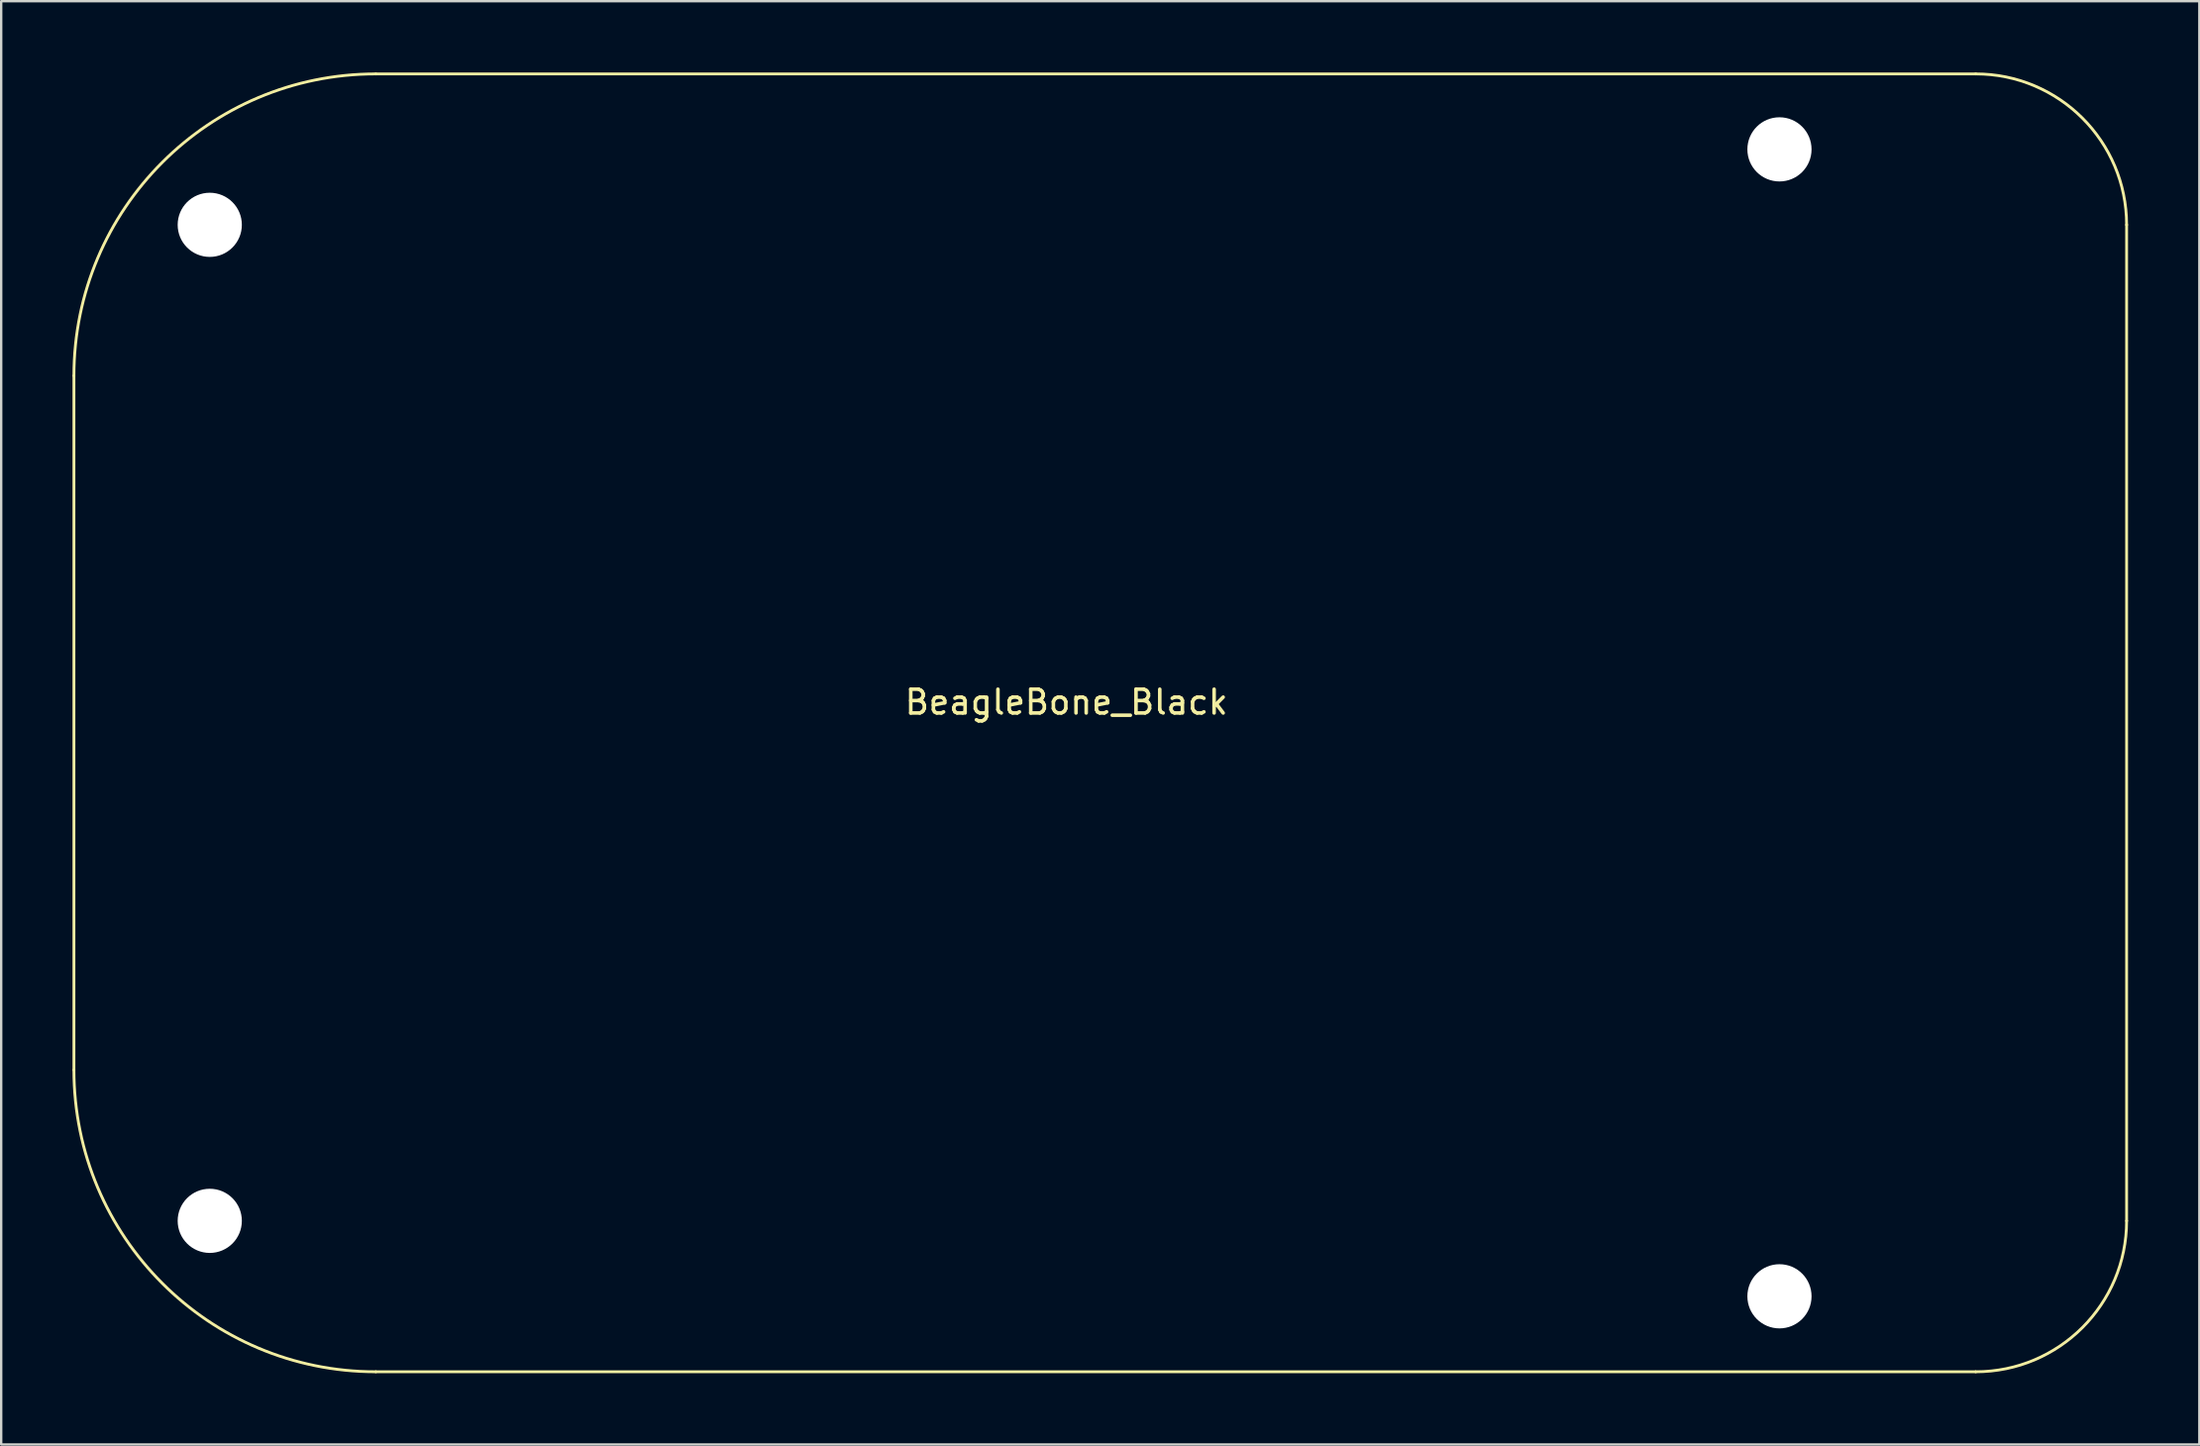
<source format=kicad_pcb>
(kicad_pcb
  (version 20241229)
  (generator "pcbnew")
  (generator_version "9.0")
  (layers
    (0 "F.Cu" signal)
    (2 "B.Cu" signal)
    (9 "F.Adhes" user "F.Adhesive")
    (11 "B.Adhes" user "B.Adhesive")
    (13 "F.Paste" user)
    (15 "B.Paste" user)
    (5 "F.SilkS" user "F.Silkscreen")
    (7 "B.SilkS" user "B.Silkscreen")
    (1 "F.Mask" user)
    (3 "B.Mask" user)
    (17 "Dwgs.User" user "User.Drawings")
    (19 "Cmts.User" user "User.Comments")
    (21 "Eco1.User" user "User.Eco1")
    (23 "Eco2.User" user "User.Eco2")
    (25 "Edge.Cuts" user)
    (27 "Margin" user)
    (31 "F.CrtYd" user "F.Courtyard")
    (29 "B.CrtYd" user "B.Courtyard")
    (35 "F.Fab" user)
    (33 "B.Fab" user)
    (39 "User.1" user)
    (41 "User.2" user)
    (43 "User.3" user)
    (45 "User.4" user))
  (footprint "BeagleBone_Black"
    (layer "F.Cu")
    (at 71.815 51.495)
    (property "Reference" "BeagleBone_Black" (at -30 -25 0) (layer "F.SilkS") (effects (font (size 1 1) (thickness 0.15))))
    (attr through_hole)
    (fp_line (start -71.755 -38.735) (end -71.755 -9.525) (stroke (width 0.12) (type solid)) (layer "F.SilkS"))
    (fp_line (start -59.055 -51.435) (end 8.255 -51.435) (stroke (width 0.12) (type solid)) (layer "F.SilkS"))
    (fp_line (start -59.055 3.175) (end 8.255 3.175) (stroke (width 0.12) (type solid)) (layer "F.SilkS"))
    (fp_line (start 14.605 -45.085) (end 14.605 -3.175) (stroke (width 0.12) (type solid)) (layer "F.SilkS"))
    (fp_arc (start -71.755 -38.735) (mid -68.035256 -47.715256) (end -59.055 -51.435) (stroke (width 0.12) (type solid)) (layer "F.SilkS"))
    (fp_arc (start -59.055 3.175) (mid -68.035256 -0.544744) (end -71.755 -9.525) (stroke (width 0.12) (type solid)) (layer "F.SilkS"))
    (fp_arc (start 8.255 -51.435) (mid 12.745128 -49.575128) (end 14.605 -45.085) (stroke (width 0.12) (type solid)) (layer "F.SilkS"))
    (fp_arc (start 14.605 -3.175) (mid 12.745128 1.315128) (end 8.255 3.175) (stroke (width 0.12) (type solid)) (layer "F.SilkS"))
    (pad "" np_thru_hole circle (at -66.04 -45.085) (size 2.7 2.7) (drill 2.7) (layers "*.Cu" "*.Mask"))
    (pad "" np_thru_hole circle (at -66.04 -3.175) (size 2.7 2.7) (drill 2.7) (layers "*.Cu" "*.Mask"))
    (pad "" np_thru_hole circle (at 0 -48.26) (size 2.7 2.7) (drill 2.7) (layers "*.Cu" "*.Mask"))
    (pad "" np_thru_hole circle (at 0 0) (size 2.7 2.7) (drill 2.7) (layers "*.Cu" "*.Mask")))
  (gr_rect
    (start -3 -3)
    (end 89.48 57.73)
    (stroke (width 0.1) (type default))
    (fill no)
    (layer "Edge.Cuts")))
</source>
